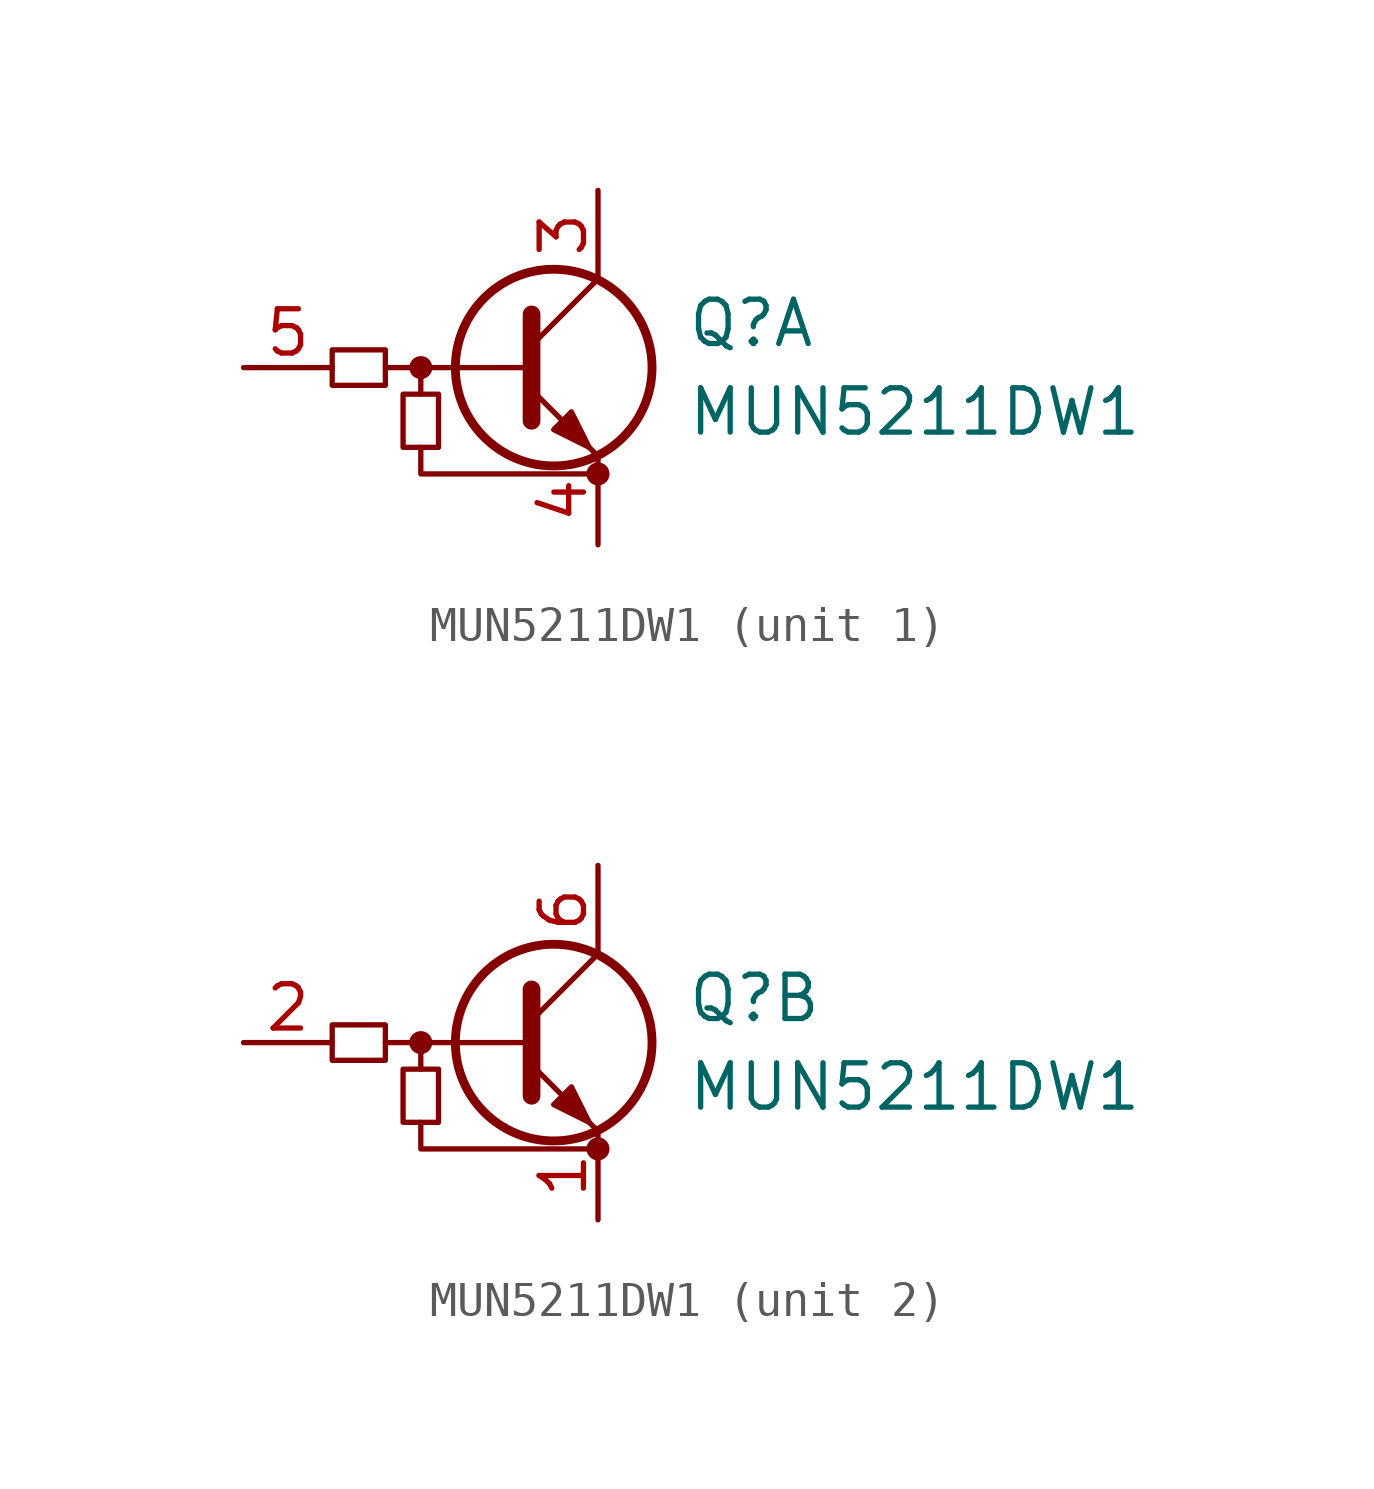
<source format=kicad_sym>
(kicad_symbol_lib
  (version 20211014)
  (generator kicad_symbol_editor)
  (symbol "MUN5211DW1"
    (pin_names hide)
    (property "Reference" "Q"
      (at 3.81 1.27 0)
      (effects (font (size 1.27 1.27)) (justify left)))
    (property "Value" "MUN5211DW1"
      (at 3.81 -1.27 0)
      (effects (font (size 1.27 1.27)) (justify left)))
    (symbol "MUN5211DW1_0_1"
      (rectangle (start -6.35 0.508) (end -4.826 -0.508) (stroke (width 0) (type default) (color 0 0 0 0)) (fill (type none)))
      (rectangle (start -4.318 -2.286) (end -3.302 -0.762) (stroke (width 0) (type default) (color 0 0 0 0)) (fill (type none)))
      (circle (center -3.81 0) (radius 0.254) (stroke (width 0) (type default) (color 0 0 0 0)) (fill (type outline)))
      (polyline (pts (xy -3.81 -0.762) (xy -3.81 0)) (stroke (width 0) (type default) (color 0 0 0 0)) (fill (type none)))
      (polyline (pts (xy -0.762 0) (xy -4.826 0)) (stroke (width 0) (type default) (color 0 0 0 0)) (fill (type none)))
      (polyline (pts (xy -0.635 1.524) (xy -0.635 -1.524)) (stroke (width 0.508) (type default) (color 0 0 0 0)) (fill (type none)))
      (polyline (pts (xy -3.81 -2.286) (xy -3.81 -3.048) (xy 1.27 -3.048)) (stroke (width 0) (type default) (color 0 0 0 0)) (fill (type none)))
      (circle (center 1.27 -3.048) (radius 0.254) (stroke (width 0) (type default) (color 0 0 0 0)) (fill (type outline))))
    (symbol "MUN5211DW1_1_1"
      (polyline (pts (xy -0.635 0.635) (xy 1.27 2.54)) (stroke (width 0) (type default) (color 0 0 0 0)) (fill (type none)))
      (polyline (pts (xy -0.635 -0.635) (xy 1.27 -2.54) (xy 1.27 -2.54)) (stroke (width 0) (type default) (color 0 0 0 0)) (fill (type none)))
      (polyline (pts (xy 0 -1.778) (xy 0.508 -1.27) (xy 1.016 -2.286) (xy 0 -1.778) (xy 0 -1.778)) (stroke (width 0) (type default) (color 0 0 0 0)) (fill (type outline)))
      (circle (center 0 0) (radius 2.819) (stroke (width 0.254) (type default) (color 0 0 0 0)) (fill (type none)))
      (pin passive line (at 1.27 5.08 270) (length 2.54) (name "C1" (effects (font (size 1.27 1.27)))) (number "3" (effects (font (size 1.27 1.27)))))
      (pin passive line (at 1.27 -5.08 90) (length 2.54) (name "E1" (effects (font (size 1.27 1.27)))) (number "4" (effects (font (size 1.27 1.27)))))
      (pin input line (at -8.89 0 0) (length 2.54) (name "B1" (effects (font (size 1.27 1.27)))) (number "5" (effects (font (size 1.27 1.27))))))
    (symbol "MUN5211DW1_2_1"
      (polyline (pts (xy -0.635 0.635) (xy 1.27 2.54)) (stroke (width 0) (type default) (color 0 0 0 0)) (fill (type none)))
      (polyline (pts (xy -0.635 -0.635) (xy 1.27 -2.54) (xy 1.27 -2.54)) (stroke (width 0) (type default) (color 0 0 0 0)) (fill (type none)))
      (polyline (pts (xy 0 -1.778) (xy 0.508 -1.27) (xy 1.016 -2.286) (xy 0 -1.778) (xy 0 -1.778)) (stroke (width 0) (type default) (color 0 0 0 0)) (fill (type outline)))
      (circle (center 0 0) (radius 2.819) (stroke (width 0.254) (type default) (color 0 0 0 0)) (fill (type none)))
      (pin passive line (at 1.27 -5.08 90) (length 2.54) (name "E1" (effects (font (size 1.27 1.27)))) (number "1" (effects (font (size 1.27 1.27)))))
      (pin input line (at -8.89 0 0) (length 2.54) (name "B1" (effects (font (size 1.27 1.27)))) (number "2" (effects (font (size 1.27 1.27)))))
      (pin passive line (at 1.27 5.08 270) (length 2.54) (name "C1" (effects (font (size 1.27 1.27)))) (number "6" (effects (font (size 1.27 1.27))))))))
</source>
